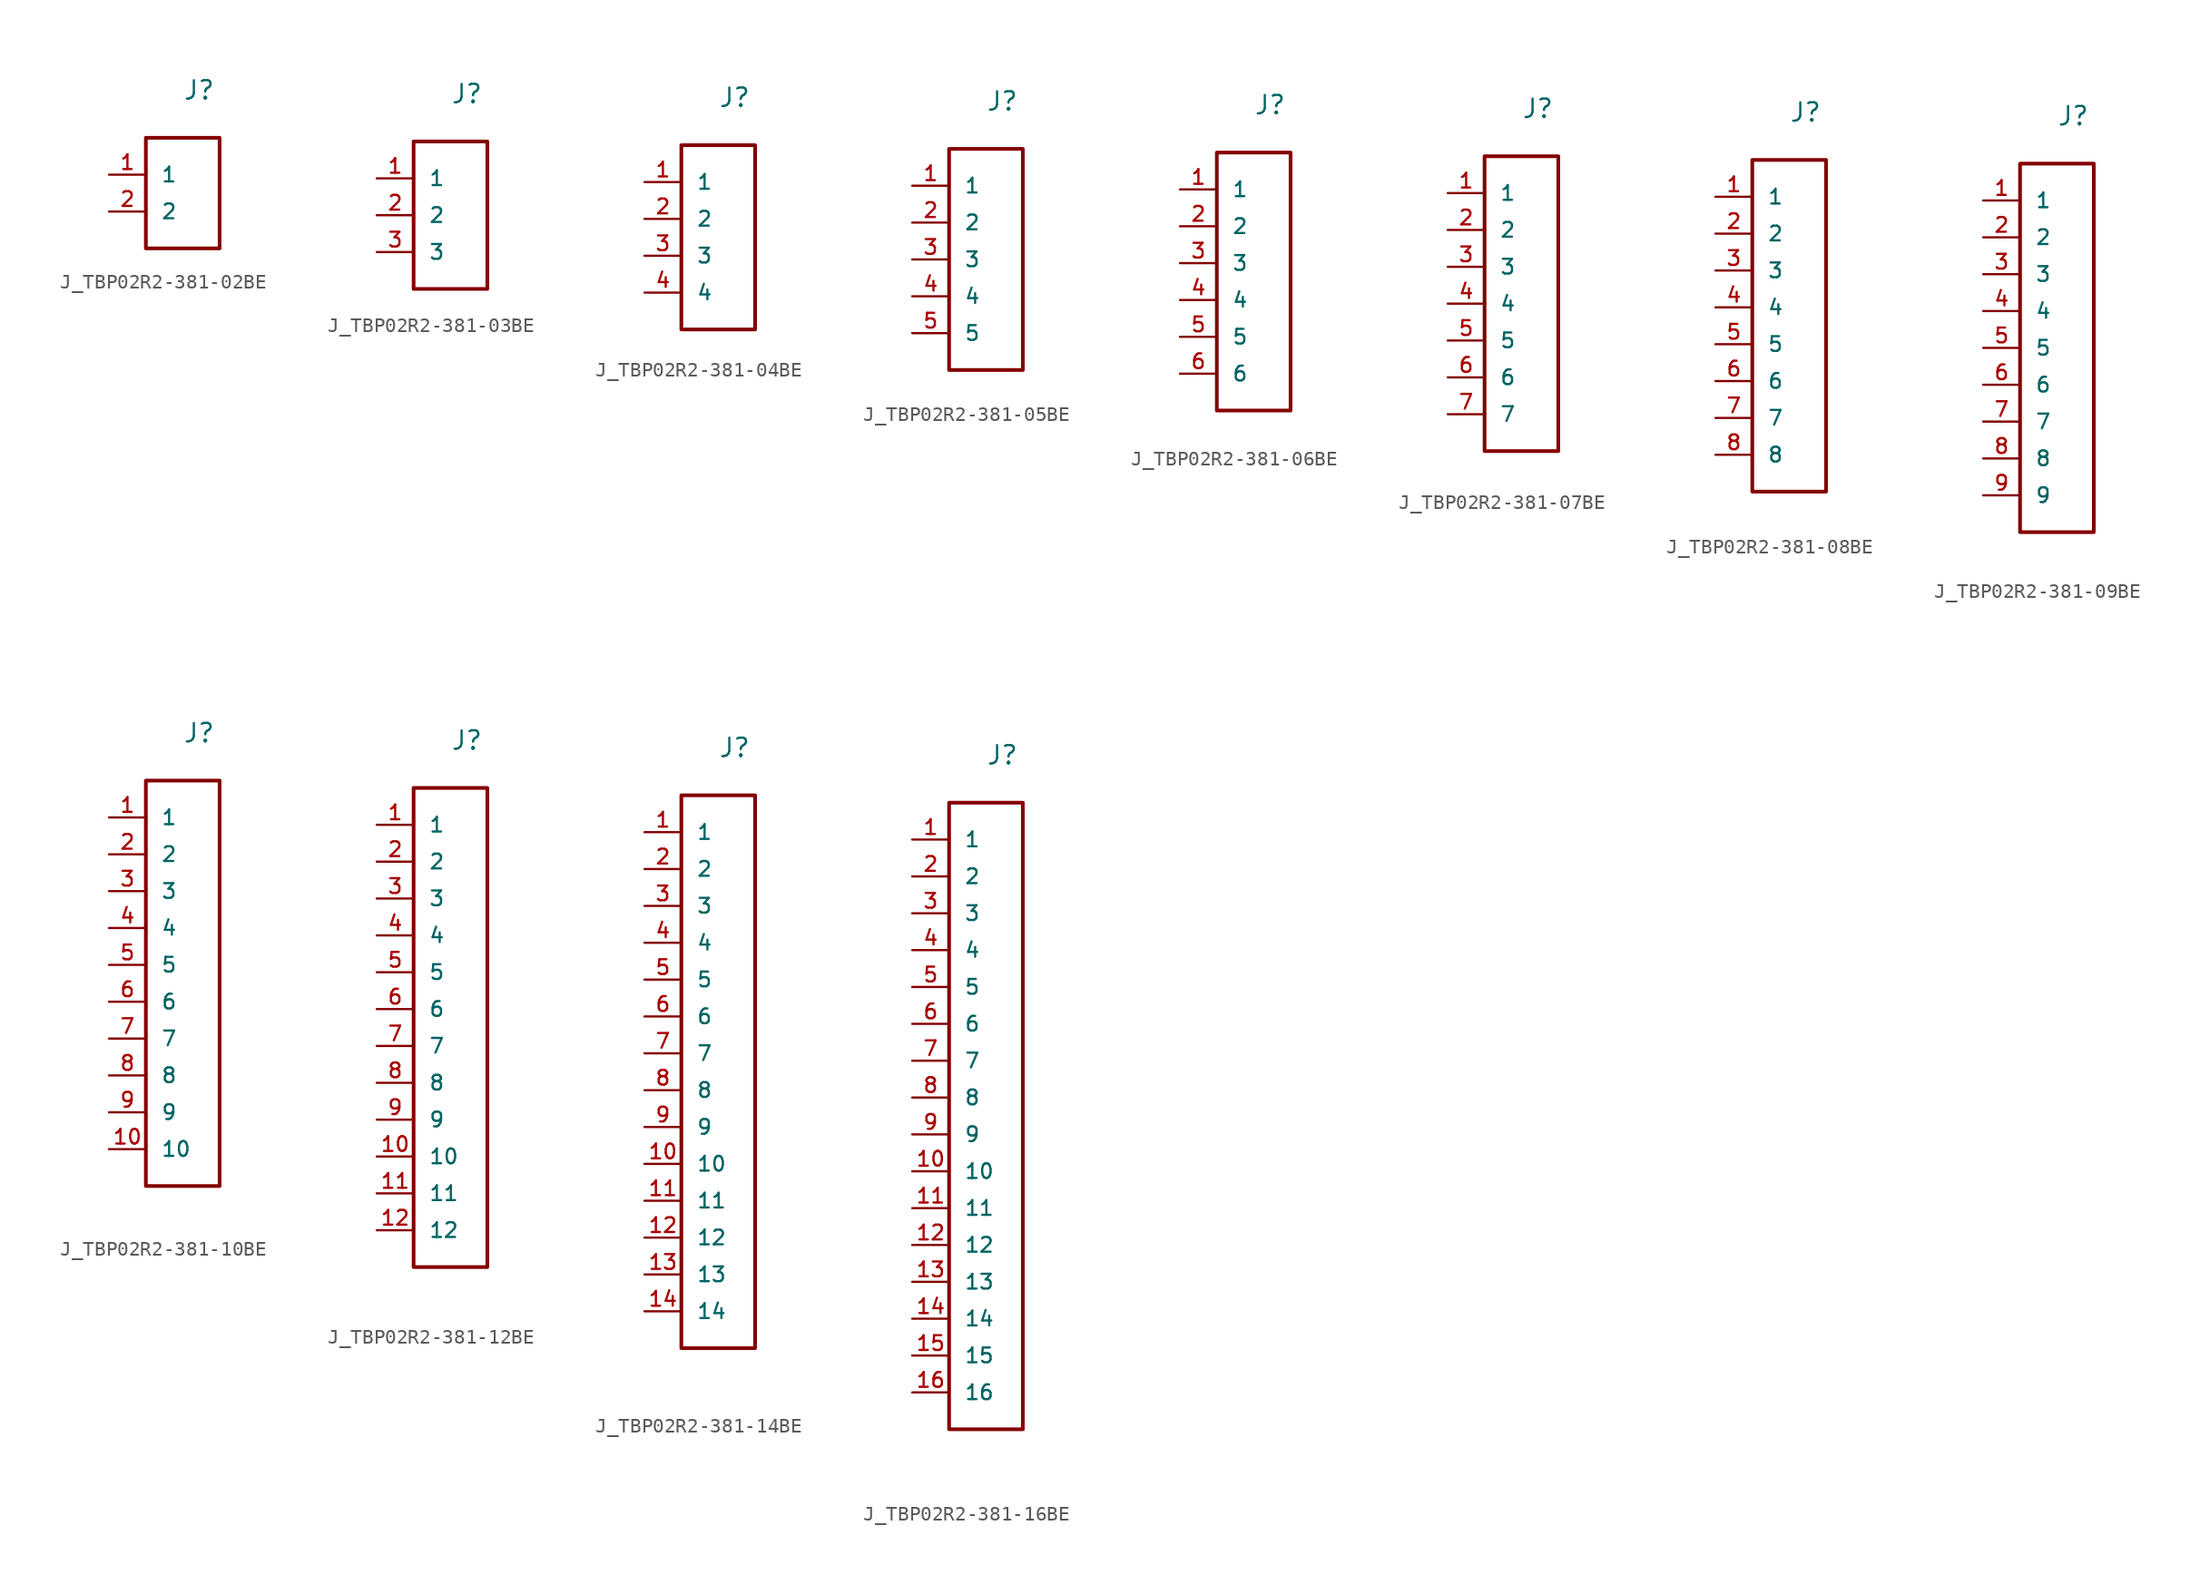
<source format=kicad_sym>
(kicad_symbol_lib
  (version 20231120)
  (generator "kicad_symbol_editor")
  (generator_version "8.0")
  (symbol "J_TBP02R2-381-02BE"
    (pin_names
      (offset 1.016))
    (property "Reference" "J"
      (at 0 6.35 0)
      (effects (font (size 1.27 1.27)) (justify left bottom)))
    (symbol "J_TBP02R2-381-02BE_0_0"
      (pin passive line (at -5.08 1.27 0) (length 2.54) (name "1" (effects (font (size 1.016 1.016)))) (number "1" (effects (font (size 1.016 1.016)))))
      (pin passive line (at -5.08 -1.27 0) (length 2.54) (name "2" (effects (font (size 1.016 1.016)))) (number "2" (effects (font (size 1.016 1.016))))))
    (symbol "J_TBP02R2-381-02BE_1_0"
      (rectangle (start -2.54 3.81) (end 2.54 -3.81) (stroke (width 0.254) (type solid)) (fill (type none)))))
  (symbol "J_TBP02R2-381-03BE"
    (pin_names
      (offset 1.016))
    (property "Reference" "J"
      (at 0 7.62 0)
      (effects (font (size 1.27 1.27)) (justify left bottom)))
    (symbol "J_TBP02R2-381-03BE_0_0"
      (pin passive line (at -5.08 2.54 0) (length 2.54) (name "1" (effects (font (size 1.016 1.016)))) (number "1" (effects (font (size 1.016 1.016)))))
      (pin passive line (at -5.08 0.0 0) (length 2.54) (name "2" (effects (font (size 1.016 1.016)))) (number "2" (effects (font (size 1.016 1.016)))))
      (pin passive line (at -5.08 -2.54 0) (length 2.54) (name "3" (effects (font (size 1.016 1.016)))) (number "3" (effects (font (size 1.016 1.016))))))
    (symbol "J_TBP02R2-381-03BE_1_0"
      (rectangle (start -2.54 5.08) (end 2.54 -5.08) (stroke (width 0.254) (type solid)) (fill (type none)))))
  (symbol "J_TBP02R2-381-04BE"
    (pin_names
      (offset 1.016))
    (property "Reference" "J"
      (at 0 8.89 0)
      (effects (font (size 1.27 1.27)) (justify left bottom)))
    (symbol "J_TBP02R2-381-04BE_0_0"
      (pin passive line (at -5.08 3.81 0) (length 2.54) (name "1" (effects (font (size 1.016 1.016)))) (number "1" (effects (font (size 1.016 1.016)))))
      (pin passive line (at -5.08 1.27 0) (length 2.54) (name "2" (effects (font (size 1.016 1.016)))) (number "2" (effects (font (size 1.016 1.016)))))
      (pin passive line (at -5.08 -1.27 0) (length 2.54) (name "3" (effects (font (size 1.016 1.016)))) (number "3" (effects (font (size 1.016 1.016)))))
      (pin passive line (at -5.08 -3.81 0) (length 2.54) (name "4" (effects (font (size 1.016 1.016)))) (number "4" (effects (font (size 1.016 1.016))))))
    (symbol "J_TBP02R2-381-04BE_1_0"
      (rectangle (start -2.54 6.35) (end 2.54 -6.35) (stroke (width 0.254) (type solid)) (fill (type none)))))
  (symbol "J_TBP02R2-381-05BE"
    (pin_names
      (offset 1.016))
    (property "Reference" "J"
      (at 0 10.16 0)
      (effects (font (size 1.27 1.27)) (justify left bottom)))
    (symbol "J_TBP02R2-381-05BE_0_0"
      (pin passive line (at -5.08 5.08 0) (length 2.54) (name "1" (effects (font (size 1.016 1.016)))) (number "1" (effects (font (size 1.016 1.016)))))
      (pin passive line (at -5.08 2.54 0) (length 2.54) (name "2" (effects (font (size 1.016 1.016)))) (number "2" (effects (font (size 1.016 1.016)))))
      (pin passive line (at -5.08 0.0 0) (length 2.54) (name "3" (effects (font (size 1.016 1.016)))) (number "3" (effects (font (size 1.016 1.016)))))
      (pin passive line (at -5.08 -2.54 0) (length 2.54) (name "4" (effects (font (size 1.016 1.016)))) (number "4" (effects (font (size 1.016 1.016)))))
      (pin passive line (at -5.08 -5.08 0) (length 2.54) (name "5" (effects (font (size 1.016 1.016)))) (number "5" (effects (font (size 1.016 1.016))))))
    (symbol "J_TBP02R2-381-05BE_1_0"
      (rectangle (start -2.54 7.62) (end 2.54 -7.62) (stroke (width 0.254) (type solid)) (fill (type none)))))
  (symbol "J_TBP02R2-381-06BE"
    (pin_names
      (offset 1.016))
    (property "Reference" "J"
      (at 0 11.43 0)
      (effects (font (size 1.27 1.27)) (justify left bottom)))
    (symbol "J_TBP02R2-381-06BE_0_0"
      (pin passive line (at -5.08 6.35 0) (length 2.54) (name "1" (effects (font (size 1.016 1.016)))) (number "1" (effects (font (size 1.016 1.016)))))
      (pin passive line (at -5.08 3.81 0) (length 2.54) (name "2" (effects (font (size 1.016 1.016)))) (number "2" (effects (font (size 1.016 1.016)))))
      (pin passive line (at -5.08 1.27 0) (length 2.54) (name "3" (effects (font (size 1.016 1.016)))) (number "3" (effects (font (size 1.016 1.016)))))
      (pin passive line (at -5.08 -1.27 0) (length 2.54) (name "4" (effects (font (size 1.016 1.016)))) (number "4" (effects (font (size 1.016 1.016)))))
      (pin passive line (at -5.08 -3.81 0) (length 2.54) (name "5" (effects (font (size 1.016 1.016)))) (number "5" (effects (font (size 1.016 1.016)))))
      (pin passive line (at -5.08 -6.35 0) (length 2.54) (name "6" (effects (font (size 1.016 1.016)))) (number "6" (effects (font (size 1.016 1.016))))))
    (symbol "J_TBP02R2-381-06BE_1_0"
      (rectangle (start -2.54 8.89) (end 2.54 -8.89) (stroke (width 0.254) (type solid)) (fill (type none)))))
  (symbol "J_TBP02R2-381-07BE"
    (pin_names
      (offset 1.016))
    (property "Reference" "J"
      (at 0 12.7 0)
      (effects (font (size 1.27 1.27)) (justify left bottom)))
    (symbol "J_TBP02R2-381-07BE_0_0"
      (pin passive line (at -5.08 7.62 0) (length 2.54) (name "1" (effects (font (size 1.016 1.016)))) (number "1" (effects (font (size 1.016 1.016)))))
      (pin passive line (at -5.08 5.08 0) (length 2.54) (name "2" (effects (font (size 1.016 1.016)))) (number "2" (effects (font (size 1.016 1.016)))))
      (pin passive line (at -5.08 2.54 0) (length 2.54) (name "3" (effects (font (size 1.016 1.016)))) (number "3" (effects (font (size 1.016 1.016)))))
      (pin passive line (at -5.08 0.0 0) (length 2.54) (name "4" (effects (font (size 1.016 1.016)))) (number "4" (effects (font (size 1.016 1.016)))))
      (pin passive line (at -5.08 -2.54 0) (length 2.54) (name "5" (effects (font (size 1.016 1.016)))) (number "5" (effects (font (size 1.016 1.016)))))
      (pin passive line (at -5.08 -5.08 0) (length 2.54) (name "6" (effects (font (size 1.016 1.016)))) (number "6" (effects (font (size 1.016 1.016)))))
      (pin passive line (at -5.08 -7.62 0) (length 2.54) (name "7" (effects (font (size 1.016 1.016)))) (number "7" (effects (font (size 1.016 1.016))))))
    (symbol "J_TBP02R2-381-07BE_1_0"
      (rectangle (start -2.54 10.16) (end 2.54 -10.16) (stroke (width 0.254) (type solid)) (fill (type none)))))
  (symbol "J_TBP02R2-381-08BE"
    (pin_names
      (offset 1.016))
    (property "Reference" "J"
      (at 0 13.97 0)
      (effects (font (size 1.27 1.27)) (justify left bottom)))
    (symbol "J_TBP02R2-381-08BE_0_0"
      (pin passive line (at -5.08 8.89 0) (length 2.54) (name "1" (effects (font (size 1.016 1.016)))) (number "1" (effects (font (size 1.016 1.016)))))
      (pin passive line (at -5.08 6.35 0) (length 2.54) (name "2" (effects (font (size 1.016 1.016)))) (number "2" (effects (font (size 1.016 1.016)))))
      (pin passive line (at -5.08 3.81 0) (length 2.54) (name "3" (effects (font (size 1.016 1.016)))) (number "3" (effects (font (size 1.016 1.016)))))
      (pin passive line (at -5.08 1.27 0) (length 2.54) (name "4" (effects (font (size 1.016 1.016)))) (number "4" (effects (font (size 1.016 1.016)))))
      (pin passive line (at -5.08 -1.27 0) (length 2.54) (name "5" (effects (font (size 1.016 1.016)))) (number "5" (effects (font (size 1.016 1.016)))))
      (pin passive line (at -5.08 -3.81 0) (length 2.54) (name "6" (effects (font (size 1.016 1.016)))) (number "6" (effects (font (size 1.016 1.016)))))
      (pin passive line (at -5.08 -6.35 0) (length 2.54) (name "7" (effects (font (size 1.016 1.016)))) (number "7" (effects (font (size 1.016 1.016)))))
      (pin passive line (at -5.08 -8.89 0) (length 2.54) (name "8" (effects (font (size 1.016 1.016)))) (number "8" (effects (font (size 1.016 1.016))))))
    (symbol "J_TBP02R2-381-08BE_1_0"
      (rectangle (start -2.54 11.43) (end 2.54 -11.43) (stroke (width 0.254) (type solid)) (fill (type none)))))
  (symbol "J_TBP02R2-381-09BE"
    (pin_names
      (offset 1.016))
    (property "Reference" "J"
      (at 0 15.24 0)
      (effects (font (size 1.27 1.27)) (justify left bottom)))
    (symbol "J_TBP02R2-381-09BE_0_0"
      (pin passive line (at -5.08 10.16 0) (length 2.54) (name "1" (effects (font (size 1.016 1.016)))) (number "1" (effects (font (size 1.016 1.016)))))
      (pin passive line (at -5.08 7.62 0) (length 2.54) (name "2" (effects (font (size 1.016 1.016)))) (number "2" (effects (font (size 1.016 1.016)))))
      (pin passive line (at -5.08 5.08 0) (length 2.54) (name "3" (effects (font (size 1.016 1.016)))) (number "3" (effects (font (size 1.016 1.016)))))
      (pin passive line (at -5.08 2.54 0) (length 2.54) (name "4" (effects (font (size 1.016 1.016)))) (number "4" (effects (font (size 1.016 1.016)))))
      (pin passive line (at -5.08 0.0 0) (length 2.54) (name "5" (effects (font (size 1.016 1.016)))) (number "5" (effects (font (size 1.016 1.016)))))
      (pin passive line (at -5.08 -2.54 0) (length 2.54) (name "6" (effects (font (size 1.016 1.016)))) (number "6" (effects (font (size 1.016 1.016)))))
      (pin passive line (at -5.08 -5.08 0) (length 2.54) (name "7" (effects (font (size 1.016 1.016)))) (number "7" (effects (font (size 1.016 1.016)))))
      (pin passive line (at -5.08 -7.62 0) (length 2.54) (name "8" (effects (font (size 1.016 1.016)))) (number "8" (effects (font (size 1.016 1.016)))))
      (pin passive line (at -5.08 -10.16 0) (length 2.54) (name "9" (effects (font (size 1.016 1.016)))) (number "9" (effects (font (size 1.016 1.016))))))
    (symbol "J_TBP02R2-381-09BE_1_0"
      (rectangle (start -2.54 12.7) (end 2.54 -12.7) (stroke (width 0.254) (type solid)) (fill (type none)))))
  (symbol "J_TBP02R2-381-10BE"
    (pin_names
      (offset 1.016))
    (property "Reference" "J"
      (at 0 16.51 0)
      (effects (font (size 1.27 1.27)) (justify left bottom)))
    (symbol "J_TBP02R2-381-10BE_0_0"
      (pin passive line (at -5.08 11.43 0) (length 2.54) (name "1" (effects (font (size 1.016 1.016)))) (number "1" (effects (font (size 1.016 1.016)))))
      (pin passive line (at -5.08 8.89 0) (length 2.54) (name "2" (effects (font (size 1.016 1.016)))) (number "2" (effects (font (size 1.016 1.016)))))
      (pin passive line (at -5.08 6.35 0) (length 2.54) (name "3" (effects (font (size 1.016 1.016)))) (number "3" (effects (font (size 1.016 1.016)))))
      (pin passive line (at -5.08 3.81 0) (length 2.54) (name "4" (effects (font (size 1.016 1.016)))) (number "4" (effects (font (size 1.016 1.016)))))
      (pin passive line (at -5.08 1.27 0) (length 2.54) (name "5" (effects (font (size 1.016 1.016)))) (number "5" (effects (font (size 1.016 1.016)))))
      (pin passive line (at -5.08 -1.27 0) (length 2.54) (name "6" (effects (font (size 1.016 1.016)))) (number "6" (effects (font (size 1.016 1.016)))))
      (pin passive line (at -5.08 -3.81 0) (length 2.54) (name "7" (effects (font (size 1.016 1.016)))) (number "7" (effects (font (size 1.016 1.016)))))
      (pin passive line (at -5.08 -6.35 0) (length 2.54) (name "8" (effects (font (size 1.016 1.016)))) (number "8" (effects (font (size 1.016 1.016)))))
      (pin passive line (at -5.08 -8.89 0) (length 2.54) (name "9" (effects (font (size 1.016 1.016)))) (number "9" (effects (font (size 1.016 1.016)))))
      (pin passive line (at -5.08 -11.43 0) (length 2.54) (name "10" (effects (font (size 1.016 1.016)))) (number "10" (effects (font (size 1.016 1.016))))))
    (symbol "J_TBP02R2-381-10BE_1_0"
      (rectangle (start -2.54 13.97) (end 2.54 -13.97) (stroke (width 0.254) (type solid)) (fill (type none)))))
  (symbol "J_TBP02R2-381-12BE"
    (pin_names
      (offset 1.016))
    (property "Reference" "J"
      (at 0 19.05 0)
      (effects (font (size 1.27 1.27)) (justify left bottom)))
    (symbol "J_TBP02R2-381-12BE_0_0"
      (pin passive line (at -5.08 13.97 0) (length 2.54) (name "1" (effects (font (size 1.016 1.016)))) (number "1" (effects (font (size 1.016 1.016)))))
      (pin passive line (at -5.08 11.43 0) (length 2.54) (name "2" (effects (font (size 1.016 1.016)))) (number "2" (effects (font (size 1.016 1.016)))))
      (pin passive line (at -5.08 8.89 0) (length 2.54) (name "3" (effects (font (size 1.016 1.016)))) (number "3" (effects (font (size 1.016 1.016)))))
      (pin passive line (at -5.08 6.35 0) (length 2.54) (name "4" (effects (font (size 1.016 1.016)))) (number "4" (effects (font (size 1.016 1.016)))))
      (pin passive line (at -5.08 3.81 0) (length 2.54) (name "5" (effects (font (size 1.016 1.016)))) (number "5" (effects (font (size 1.016 1.016)))))
      (pin passive line (at -5.08 1.27 0) (length 2.54) (name "6" (effects (font (size 1.016 1.016)))) (number "6" (effects (font (size 1.016 1.016)))))
      (pin passive line (at -5.08 -1.27 0) (length 2.54) (name "7" (effects (font (size 1.016 1.016)))) (number "7" (effects (font (size 1.016 1.016)))))
      (pin passive line (at -5.08 -3.81 0) (length 2.54) (name "8" (effects (font (size 1.016 1.016)))) (number "8" (effects (font (size 1.016 1.016)))))
      (pin passive line (at -5.08 -6.35 0) (length 2.54) (name "9" (effects (font (size 1.016 1.016)))) (number "9" (effects (font (size 1.016 1.016)))))
      (pin passive line (at -5.08 -8.89 0) (length 2.54) (name "10" (effects (font (size 1.016 1.016)))) (number "10" (effects (font (size 1.016 1.016)))))
      (pin passive line (at -5.08 -11.43 0) (length 2.54) (name "11" (effects (font (size 1.016 1.016)))) (number "11" (effects (font (size 1.016 1.016)))))
      (pin passive line (at -5.08 -13.97 0) (length 2.54) (name "12" (effects (font (size 1.016 1.016)))) (number "12" (effects (font (size 1.016 1.016))))))
    (symbol "J_TBP02R2-381-12BE_1_0"
      (rectangle (start -2.54 16.51) (end 2.54 -16.51) (stroke (width 0.254) (type solid)) (fill (type none)))))
  (symbol "J_TBP02R2-381-14BE"
    (pin_names
      (offset 1.016))
    (property "Reference" "J"
      (at 0 21.59 0)
      (effects (font (size 1.27 1.27)) (justify left bottom)))
    (symbol "J_TBP02R2-381-14BE_0_0"
      (pin passive line (at -5.08 16.51 0) (length 2.54) (name "1" (effects (font (size 1.016 1.016)))) (number "1" (effects (font (size 1.016 1.016)))))
      (pin passive line (at -5.08 13.97 0) (length 2.54) (name "2" (effects (font (size 1.016 1.016)))) (number "2" (effects (font (size 1.016 1.016)))))
      (pin passive line (at -5.08 11.43 0) (length 2.54) (name "3" (effects (font (size 1.016 1.016)))) (number "3" (effects (font (size 1.016 1.016)))))
      (pin passive line (at -5.08 8.89 0) (length 2.54) (name "4" (effects (font (size 1.016 1.016)))) (number "4" (effects (font (size 1.016 1.016)))))
      (pin passive line (at -5.08 6.35 0) (length 2.54) (name "5" (effects (font (size 1.016 1.016)))) (number "5" (effects (font (size 1.016 1.016)))))
      (pin passive line (at -5.08 3.81 0) (length 2.54) (name "6" (effects (font (size 1.016 1.016)))) (number "6" (effects (font (size 1.016 1.016)))))
      (pin passive line (at -5.08 1.27 0) (length 2.54) (name "7" (effects (font (size 1.016 1.016)))) (number "7" (effects (font (size 1.016 1.016)))))
      (pin passive line (at -5.08 -1.27 0) (length 2.54) (name "8" (effects (font (size 1.016 1.016)))) (number "8" (effects (font (size 1.016 1.016)))))
      (pin passive line (at -5.08 -3.81 0) (length 2.54) (name "9" (effects (font (size 1.016 1.016)))) (number "9" (effects (font (size 1.016 1.016)))))
      (pin passive line (at -5.08 -6.35 0) (length 2.54) (name "10" (effects (font (size 1.016 1.016)))) (number "10" (effects (font (size 1.016 1.016)))))
      (pin passive line (at -5.08 -8.89 0) (length 2.54) (name "11" (effects (font (size 1.016 1.016)))) (number "11" (effects (font (size 1.016 1.016)))))
      (pin passive line (at -5.08 -11.43 0) (length 2.54) (name "12" (effects (font (size 1.016 1.016)))) (number "12" (effects (font (size 1.016 1.016)))))
      (pin passive line (at -5.08 -13.97 0) (length 2.54) (name "13" (effects (font (size 1.016 1.016)))) (number "13" (effects (font (size 1.016 1.016)))))
      (pin passive line (at -5.08 -16.51 0) (length 2.54) (name "14" (effects (font (size 1.016 1.016)))) (number "14" (effects (font (size 1.016 1.016))))))
    (symbol "J_TBP02R2-381-14BE_1_0"
      (rectangle (start -2.54 19.05) (end 2.54 -19.05) (stroke (width 0.254) (type solid)) (fill (type none)))))
  (symbol "J_TBP02R2-381-16BE"
    (pin_names
      (offset 1.016))
    (property "Reference" "J"
      (at 0 24.13 0)
      (effects (font (size 1.27 1.27)) (justify left bottom)))
    (symbol "J_TBP02R2-381-16BE_0_0"
      (pin passive line (at -5.08 19.05 0) (length 2.54) (name "1" (effects (font (size 1.016 1.016)))) (number "1" (effects (font (size 1.016 1.016)))))
      (pin passive line (at -5.08 16.51 0) (length 2.54) (name "2" (effects (font (size 1.016 1.016)))) (number "2" (effects (font (size 1.016 1.016)))))
      (pin passive line (at -5.08 13.97 0) (length 2.54) (name "3" (effects (font (size 1.016 1.016)))) (number "3" (effects (font (size 1.016 1.016)))))
      (pin passive line (at -5.08 11.43 0) (length 2.54) (name "4" (effects (font (size 1.016 1.016)))) (number "4" (effects (font (size 1.016 1.016)))))
      (pin passive line (at -5.08 8.89 0) (length 2.54) (name "5" (effects (font (size 1.016 1.016)))) (number "5" (effects (font (size 1.016 1.016)))))
      (pin passive line (at -5.08 6.35 0) (length 2.54) (name "6" (effects (font (size 1.016 1.016)))) (number "6" (effects (font (size 1.016 1.016)))))
      (pin passive line (at -5.08 3.81 0) (length 2.54) (name "7" (effects (font (size 1.016 1.016)))) (number "7" (effects (font (size 1.016 1.016)))))
      (pin passive line (at -5.08 1.27 0) (length 2.54) (name "8" (effects (font (size 1.016 1.016)))) (number "8" (effects (font (size 1.016 1.016)))))
      (pin passive line (at -5.08 -1.27 0) (length 2.54) (name "9" (effects (font (size 1.016 1.016)))) (number "9" (effects (font (size 1.016 1.016)))))
      (pin passive line (at -5.08 -3.81 0) (length 2.54) (name "10" (effects (font (size 1.016 1.016)))) (number "10" (effects (font (size 1.016 1.016)))))
      (pin passive line (at -5.08 -6.35 0) (length 2.54) (name "11" (effects (font (size 1.016 1.016)))) (number "11" (effects (font (size 1.016 1.016)))))
      (pin passive line (at -5.08 -8.89 0) (length 2.54) (name "12" (effects (font (size 1.016 1.016)))) (number "12" (effects (font (size 1.016 1.016)))))
      (pin passive line (at -5.08 -11.43 0) (length 2.54) (name "13" (effects (font (size 1.016 1.016)))) (number "13" (effects (font (size 1.016 1.016)))))
      (pin passive line (at -5.08 -13.97 0) (length 2.54) (name "14" (effects (font (size 1.016 1.016)))) (number "14" (effects (font (size 1.016 1.016)))))
      (pin passive line (at -5.08 -16.51 0) (length 2.54) (name "15" (effects (font (size 1.016 1.016)))) (number "15" (effects (font (size 1.016 1.016)))))
      (pin passive line (at -5.08 -19.05 0) (length 2.54) (name "16" (effects (font (size 1.016 1.016)))) (number "16" (effects (font (size 1.016 1.016))))))
    (symbol "J_TBP02R2-381-16BE_1_0"
      (rectangle (start -2.54 21.59) (end 2.54 -21.59) (stroke (width 0.254) (type solid)) (fill (type none))))))
</source>
